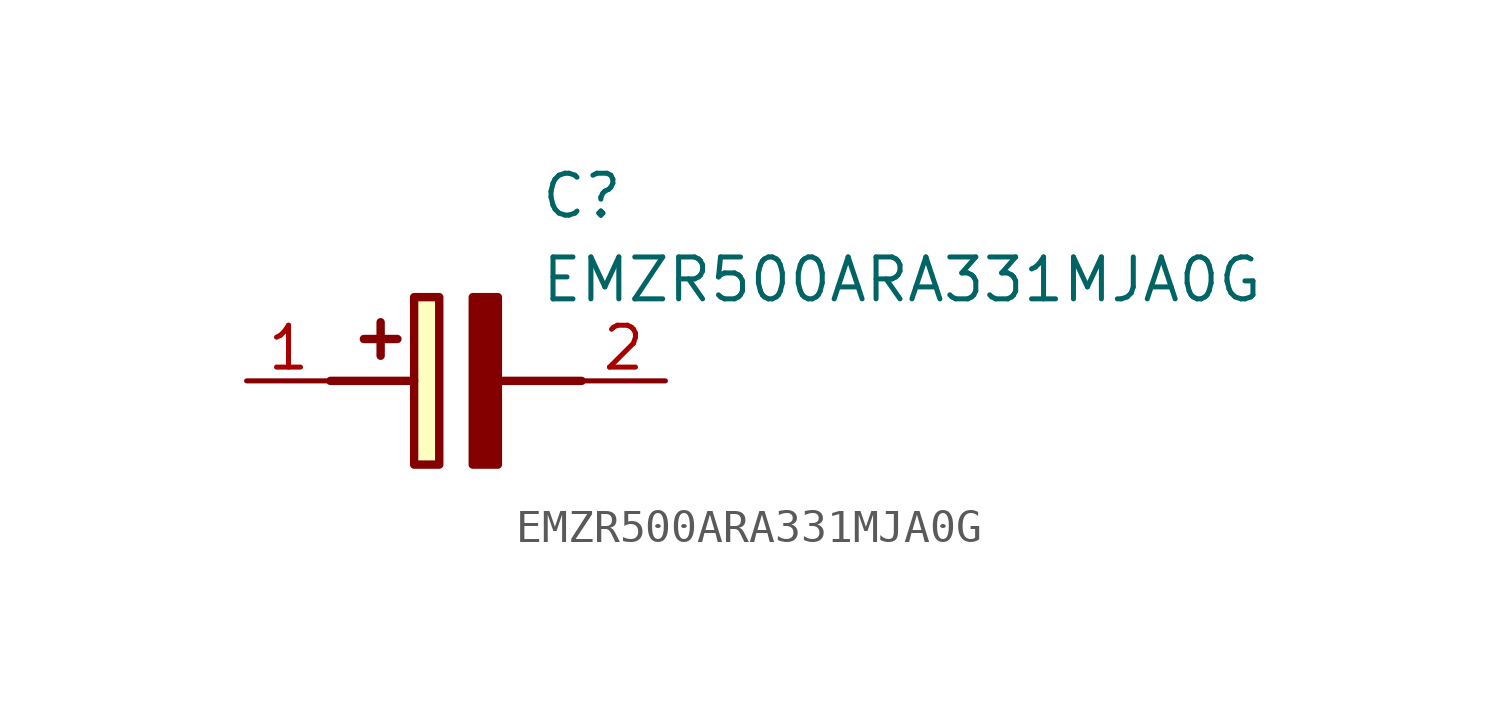
<source format=kicad_sym>
(kicad_symbol_lib
  (version 20220914)
  (generator kicad_symbol_editor)
  (symbol "EMZR500ARA331MJA0G"
    (pin_names hide)
    (property "Reference" "C"
      (at 8.89 6.35 0)
      (effects (font (size 1.27 1.27)) (justify left top)))
    (property "Value" "EMZR500ARA331MJA0G"
      (at 8.89 3.81 0)
      (effects (font (size 1.27 1.27)) (justify left top)))
    (symbol "EMZR500ARA331MJA0G_1_1"
      (polyline (pts (xy 2.54 0) (xy 5.08 0)) (stroke (width 0.254) (type default)) (fill (type none)))
      (polyline (pts (xy 4.064 1.778) (xy 4.064 0.762)) (stroke (width 0.254) (type default)) (fill (type none)))
      (polyline (pts (xy 4.572 1.27) (xy 3.556 1.27)) (stroke (width 0.254) (type default)) (fill (type none)))
      (polyline (pts (xy 7.62 0) (xy 10.16 0)) (stroke (width 0.254) (type default)) (fill (type none)))
      (polyline (pts (xy 7.62 2.54) (xy 7.62 -2.54) (xy 6.858 -2.54) (xy 6.858 2.54) (xy 7.62 2.54)) (stroke (width 0.254) (type default)) (fill (type outline)))
      (rectangle (start 5.08 2.54) (end 5.842 -2.54) (stroke (width 0.254) (type default)) (fill (type background)))
      (pin passive line (at 0 0 0) (length 2.54) (name "+" (effects (font (size 1.27 1.27)))) (number "1" (effects (font (size 1.27 1.27)))))
      (pin passive line (at 12.7 0 180) (length 2.54) (name "-" (effects (font (size 1.27 1.27)))) (number "2" (effects (font (size 1.27 1.27))))))))
</source>
